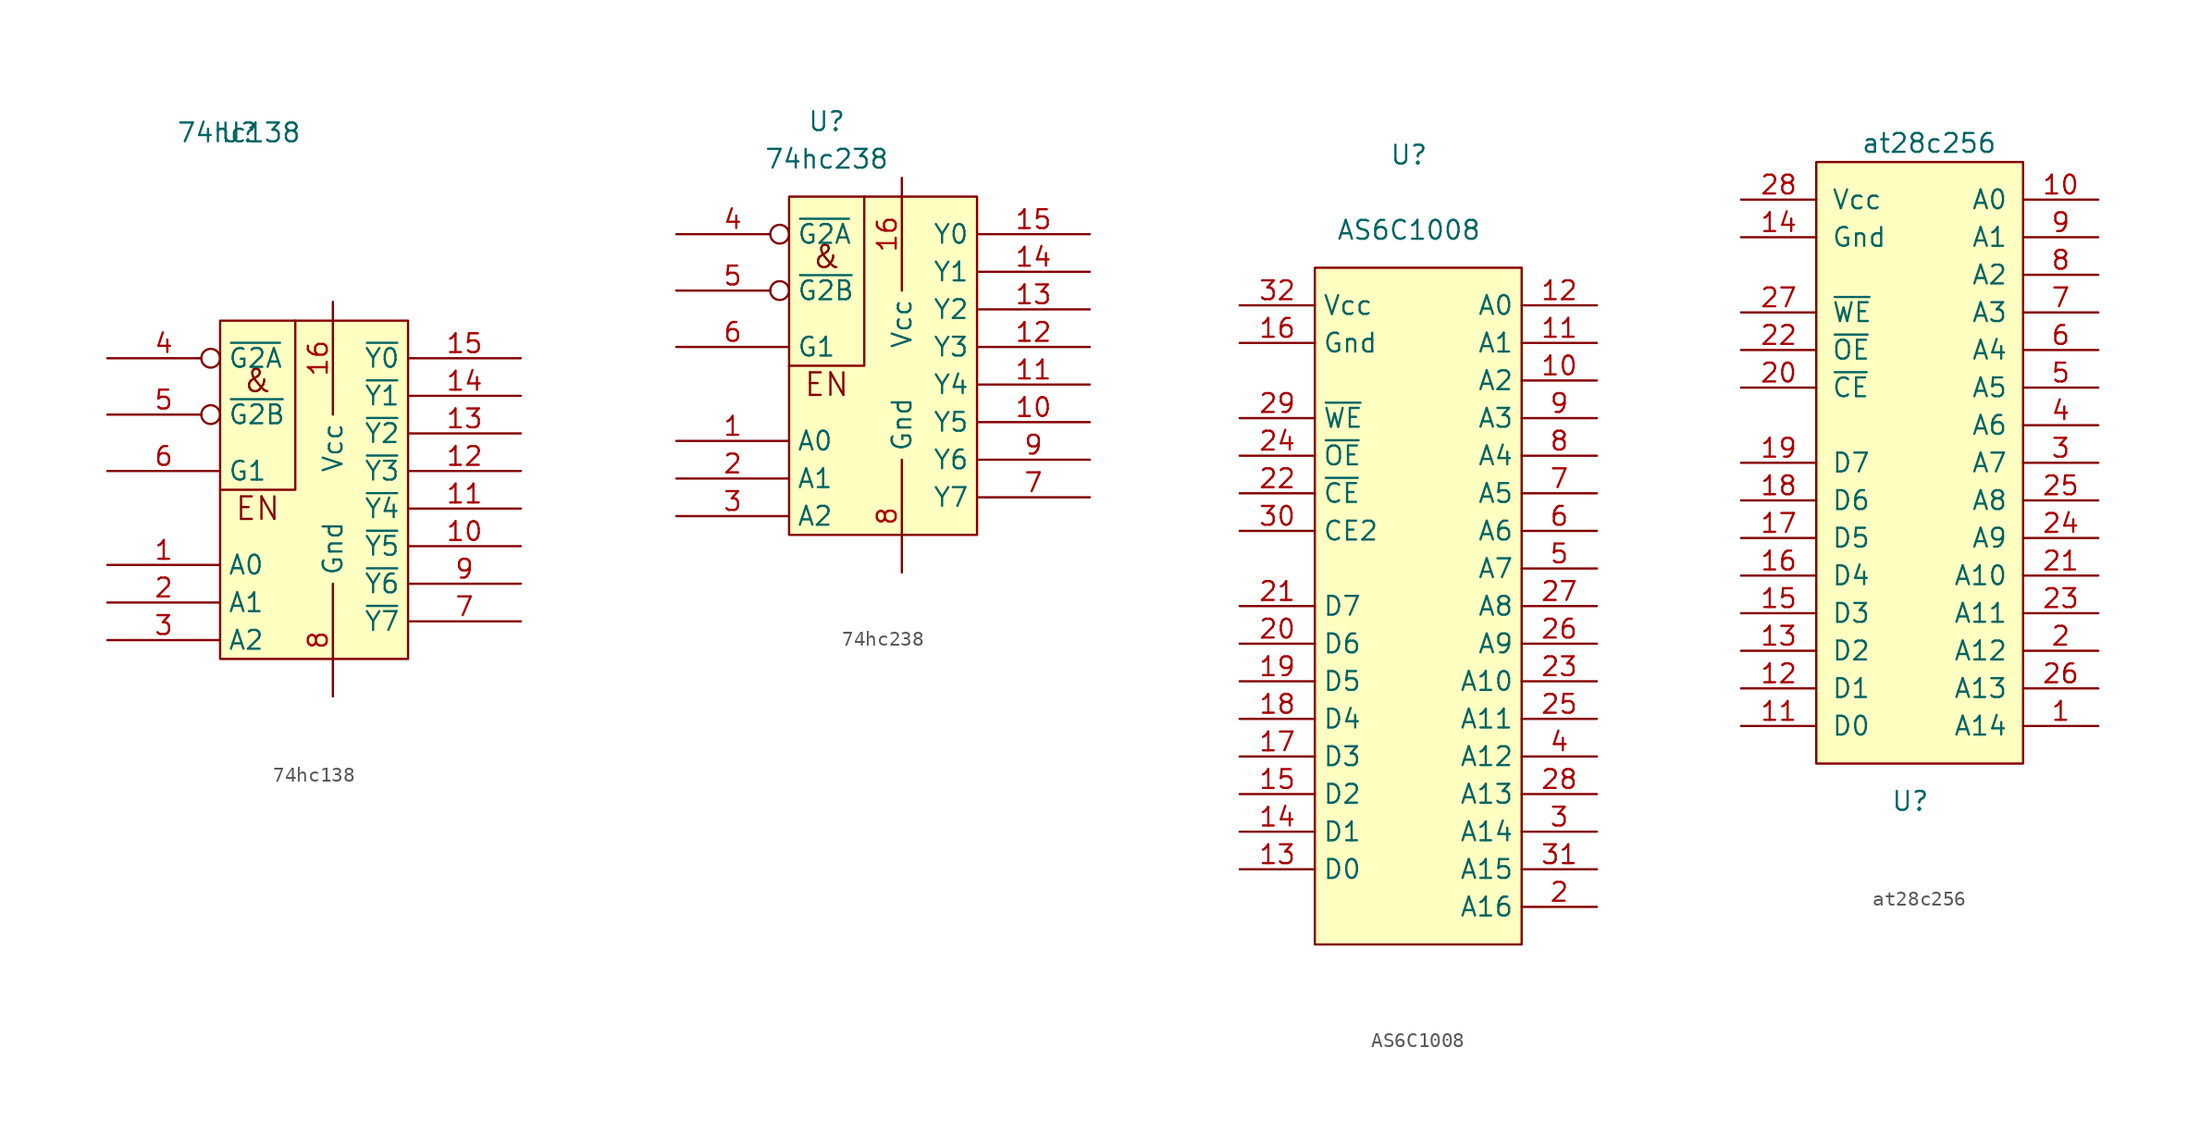
<source format=kicad_sym>
(kicad_symbol_lib
  (version 20211014)
  (generator kicad_symbol_editor)
  (symbol "74hc138"
    (property "Reference" "U"
      (at 0 0 0)
      (effects (font (size 1.27 1.27))))
    (property "Value" "74hc138"
      (at 0 0 0)
      (effects (font (size 1.27 1.27))))
    (symbol "74hc138_0_0"
      (text "&" (at 1.27 -16.764 0) (effects (font (size 1.524 1.524))))
      (text "EN" (at 1.27 -25.4 0) (effects (font (size 1.524 1.524)))))
    (symbol "74hc138_0_1"
      (rectangle (start -1.27 -12.7) (end 11.43 -35.56) (stroke (width 0) (type default) (color 0 0 0 0)) (fill (type background)))
      (polyline (pts (xy 3.81 -12.7) (xy 3.81 -24.13) (xy -1.27 -24.13) (xy -1.27 -24.13)) (stroke (width 0) (type default) (color 0 0 0 0)) (fill (type none))))
    (symbol "74hc138_1_1"
      (pin input line (at -8.89 -29.21 0) (length 7.62) (name "A0" (effects (font (size 1.27 1.27)))) (number "1" (effects (font (size 1.27 1.27)))))
      (pin output line (at 19.05 -27.94 180) (length 7.62) (name "~{Y5}" (effects (font (size 1.27 1.27)))) (number "10" (effects (font (size 1.27 1.27)))))
      (pin output line (at 19.05 -25.4 180) (length 7.62) (name "~{Y4}" (effects (font (size 1.27 1.27)))) (number "11" (effects (font (size 1.27 1.27)))))
      (pin output line (at 19.05 -22.86 180) (length 7.62) (name "~{Y3}" (effects (font (size 1.27 1.27)))) (number "12" (effects (font (size 1.27 1.27)))))
      (pin output line (at 19.05 -20.32 180) (length 7.62) (name "~{Y2}" (effects (font (size 1.27 1.27)))) (number "13" (effects (font (size 1.27 1.27)))))
      (pin output line (at 19.05 -17.78 180) (length 7.62) (name "~{Y1}" (effects (font (size 1.27 1.27)))) (number "14" (effects (font (size 1.27 1.27)))))
      (pin output line (at 19.05 -15.24 180) (length 7.62) (name "~{Y0}" (effects (font (size 1.27 1.27)))) (number "15" (effects (font (size 1.27 1.27)))))
      (pin power_in line (at 6.35 -11.43 270) (length 7.62) (name "Vcc" (effects (font (size 1.27 1.27)))) (number "16" (effects (font (size 1.27 1.27)))))
      (pin input line (at -8.89 -31.75 0) (length 7.62) (name "A1" (effects (font (size 1.27 1.27)))) (number "2" (effects (font (size 1.27 1.27)))))
      (pin input line (at -8.89 -34.29 0) (length 7.62) (name "A2" (effects (font (size 1.27 1.27)))) (number "3" (effects (font (size 1.27 1.27)))))
      (pin input inverted (at -8.89 -15.24 0) (length 7.62) (name "~{G2A}" (effects (font (size 1.27 1.27)))) (number "4" (effects (font (size 1.27 1.27)))))
      (pin input inverted (at -8.89 -19.05 0) (length 7.62) (name "~{G2B}" (effects (font (size 1.27 1.27)))) (number "5" (effects (font (size 1.27 1.27)))))
      (pin input line (at -8.89 -22.86 0) (length 7.62) (name "G1" (effects (font (size 1.27 1.27)))) (number "6" (effects (font (size 1.27 1.27)))))
      (pin output line (at 19.05 -33.02 180) (length 7.62) (name "~{Y7}" (effects (font (size 1.27 1.27)))) (number "7" (effects (font (size 1.27 1.27)))))
      (pin power_in line (at 6.35 -38.1 90) (length 7.62) (name "Gnd" (effects (font (size 1.27 1.27)))) (number "8" (effects (font (size 1.27 1.27)))))
      (pin output line (at 19.05 -30.48 180) (length 7.62) (name "~{Y6}" (effects (font (size 1.27 1.27)))) (number "9" (effects (font (size 1.27 1.27)))))))
  (symbol "74hc238"
    (property "Reference" "U"
      (at -2.54 -8.89 0)
      (effects (font (size 1.27 1.27))))
    (property "Value" "74hc238"
      (at -2.54 -11.43 0)
      (effects (font (size 1.27 1.27))))
    (symbol "74hc238_0_0"
      (text "&" (at -2.54 -18.034 0) (effects (font (size 1.524 1.524))))
      (text "EN" (at -2.54 -26.67 0) (effects (font (size 1.524 1.524)))))
    (symbol "74hc238_0_1"
      (rectangle (start -5.08 -13.97) (end 7.62 -36.83) (stroke (width 0) (type default) (color 0 0 0 0)) (fill (type background)))
      (polyline (pts (xy 0 -13.97) (xy 0 -25.4) (xy -5.08 -25.4) (xy -5.08 -25.4)) (stroke (width 0) (type default) (color 0 0 0 0)) (fill (type none))))
    (symbol "74hc238_1_1"
      (pin input line (at -12.7 -30.48 0) (length 7.62) (name "A0" (effects (font (size 1.27 1.27)))) (number "1" (effects (font (size 1.27 1.27)))))
      (pin output line (at 15.24 -29.21 180) (length 7.62) (name "Y5" (effects (font (size 1.27 1.27)))) (number "10" (effects (font (size 1.27 1.27)))))
      (pin output line (at 15.24 -26.67 180) (length 7.62) (name "Y4" (effects (font (size 1.27 1.27)))) (number "11" (effects (font (size 1.27 1.27)))))
      (pin output line (at 15.24 -24.13 180) (length 7.62) (name "Y3" (effects (font (size 1.27 1.27)))) (number "12" (effects (font (size 1.27 1.27)))))
      (pin output line (at 15.24 -21.59 180) (length 7.62) (name "Y2" (effects (font (size 1.27 1.27)))) (number "13" (effects (font (size 1.27 1.27)))))
      (pin output line (at 15.24 -19.05 180) (length 7.62) (name "Y1" (effects (font (size 1.27 1.27)))) (number "14" (effects (font (size 1.27 1.27)))))
      (pin output line (at 15.24 -16.51 180) (length 7.62) (name "Y0" (effects (font (size 1.27 1.27)))) (number "15" (effects (font (size 1.27 1.27)))))
      (pin power_in line (at 2.54 -12.7 270) (length 7.62) (name "Vcc" (effects (font (size 1.27 1.27)))) (number "16" (effects (font (size 1.27 1.27)))))
      (pin input line (at -12.7 -33.02 0) (length 7.62) (name "A1" (effects (font (size 1.27 1.27)))) (number "2" (effects (font (size 1.27 1.27)))))
      (pin input line (at -12.7 -35.56 0) (length 7.62) (name "A2" (effects (font (size 1.27 1.27)))) (number "3" (effects (font (size 1.27 1.27)))))
      (pin input inverted (at -12.7 -16.51 0) (length 7.62) (name "~{G2A}" (effects (font (size 1.27 1.27)))) (number "4" (effects (font (size 1.27 1.27)))))
      (pin input inverted (at -12.7 -20.32 0) (length 7.62) (name "~{G2B}" (effects (font (size 1.27 1.27)))) (number "5" (effects (font (size 1.27 1.27)))))
      (pin input line (at -12.7 -24.13 0) (length 7.62) (name "G1" (effects (font (size 1.27 1.27)))) (number "6" (effects (font (size 1.27 1.27)))))
      (pin output line (at 15.24 -34.29 180) (length 7.62) (name "Y7" (effects (font (size 1.27 1.27)))) (number "7" (effects (font (size 1.27 1.27)))))
      (pin power_in line (at 2.54 -39.37 90) (length 7.62) (name "Gnd" (effects (font (size 1.27 1.27)))) (number "8" (effects (font (size 1.27 1.27)))))
      (pin output line (at 15.24 -31.75 180) (length 7.62) (name "Y6" (effects (font (size 1.27 1.27)))) (number "9" (effects (font (size 1.27 1.27)))))))
  (symbol "AS6C1008"
    (property "Reference" "U"
      (at 0 7.62 0)
      (effects (font (size 1.27 1.27))))
    (property "Value" "AS6C1008"
      (at 0 2.54 0)
      (effects (font (size 1.27 1.27))))
    (symbol "AS6C1008_0_1"
      (rectangle (start -6.35 0) (end 7.62 -45.72) (stroke (width 0.152) (type default) (color 0 0 0 0)) (fill (type background))))
    (symbol "AS6C1008_1_1"
      (pin no_connect line (at -11.43 -44.45 0) (length 5.08) hide (name "NC" (effects (font (size 1.27 1.27)))) (number "1" (effects (font (size 1.27 1.27)))))
      (pin input line (at 12.7 -7.62 180) (length 5.08) (name "A2" (effects (font (size 1.27 1.27)))) (number "10" (effects (font (size 1.27 1.27)))))
      (pin input line (at 12.7 -5.08 180) (length 5.08) (name "A1" (effects (font (size 1.27 1.27)))) (number "11" (effects (font (size 1.27 1.27)))))
      (pin input line (at 12.7 -2.54 180) (length 5.08) (name "A0" (effects (font (size 1.27 1.27)))) (number "12" (effects (font (size 1.27 1.27)))))
      (pin bidirectional line (at -11.43 -40.64 0) (length 5.08) (name "D0" (effects (font (size 1.27 1.27)))) (number "13" (effects (font (size 1.27 1.27)))))
      (pin bidirectional line (at -11.43 -38.1 0) (length 5.08) (name "D1" (effects (font (size 1.27 1.27)))) (number "14" (effects (font (size 1.27 1.27)))))
      (pin bidirectional line (at -11.43 -35.56 0) (length 5.08) (name "D2" (effects (font (size 1.27 1.27)))) (number "15" (effects (font (size 1.27 1.27)))))
      (pin power_in line (at -11.43 -5.08 0) (length 5.08) (name "Gnd" (effects (font (size 1.27 1.27)))) (number "16" (effects (font (size 1.27 1.27)))))
      (pin bidirectional line (at -11.43 -33.02 0) (length 5.08) (name "D3" (effects (font (size 1.27 1.27)))) (number "17" (effects (font (size 1.27 1.27)))))
      (pin bidirectional line (at -11.43 -30.48 0) (length 5.08) (name "D4" (effects (font (size 1.27 1.27)))) (number "18" (effects (font (size 1.27 1.27)))))
      (pin bidirectional line (at -11.43 -27.94 0) (length 5.08) (name "D5" (effects (font (size 1.27 1.27)))) (number "19" (effects (font (size 1.27 1.27)))))
      (pin input line (at 12.7 -43.18 180) (length 5.08) (name "A16" (effects (font (size 1.27 1.27)))) (number "2" (effects (font (size 1.27 1.27)))))
      (pin bidirectional line (at -11.43 -25.4 0) (length 5.08) (name "D6" (effects (font (size 1.27 1.27)))) (number "20" (effects (font (size 1.27 1.27)))))
      (pin bidirectional line (at -11.43 -22.86 0) (length 5.08) (name "D7" (effects (font (size 1.27 1.27)))) (number "21" (effects (font (size 1.27 1.27)))))
      (pin input line (at -11.43 -15.24 0) (length 5.08) (name "~{CE}" (effects (font (size 1.27 1.27)))) (number "22" (effects (font (size 1.27 1.27)))))
      (pin input line (at 12.7 -27.94 180) (length 5.08) (name "A10" (effects (font (size 1.27 1.27)))) (number "23" (effects (font (size 1.27 1.27)))))
      (pin input line (at -11.43 -12.7 0) (length 5.08) (name "~{OE}" (effects (font (size 1.27 1.27)))) (number "24" (effects (font (size 1.27 1.27)))))
      (pin input line (at 12.7 -30.48 180) (length 5.08) (name "A11" (effects (font (size 1.27 1.27)))) (number "25" (effects (font (size 1.27 1.27)))))
      (pin input line (at 12.7 -25.4 180) (length 5.08) (name "A9" (effects (font (size 1.27 1.27)))) (number "26" (effects (font (size 1.27 1.27)))))
      (pin input line (at 12.7 -22.86 180) (length 5.08) (name "A8" (effects (font (size 1.27 1.27)))) (number "27" (effects (font (size 1.27 1.27)))))
      (pin input line (at 12.7 -35.56 180) (length 5.08) (name "A13" (effects (font (size 1.27 1.27)))) (number "28" (effects (font (size 1.27 1.27)))))
      (pin input line (at -11.43 -10.16 0) (length 5.08) (name "~{WE}" (effects (font (size 1.27 1.27)))) (number "29" (effects (font (size 1.27 1.27)))))
      (pin input line (at 12.7 -38.1 180) (length 5.08) (name "A14" (effects (font (size 1.27 1.27)))) (number "3" (effects (font (size 1.27 1.27)))))
      (pin input line (at -11.43 -17.78 0) (length 5.08) (name "CE2" (effects (font (size 1.27 1.27)))) (number "30" (effects (font (size 1.27 1.27)))))
      (pin input line (at 12.7 -40.64 180) (length 5.08) (name "A15" (effects (font (size 1.27 1.27)))) (number "31" (effects (font (size 1.27 1.27)))))
      (pin power_in line (at -11.43 -2.54 0) (length 5.08) (name "Vcc" (effects (font (size 1.27 1.27)))) (number "32" (effects (font (size 1.27 1.27)))))
      (pin input line (at 12.7 -33.02 180) (length 5.08) (name "A12" (effects (font (size 1.27 1.27)))) (number "4" (effects (font (size 1.27 1.27)))))
      (pin input line (at 12.7 -20.32 180) (length 5.08) (name "A7" (effects (font (size 1.27 1.27)))) (number "5" (effects (font (size 1.27 1.27)))))
      (pin input line (at 12.7 -17.78 180) (length 5.08) (name "A6" (effects (font (size 1.27 1.27)))) (number "6" (effects (font (size 1.27 1.27)))))
      (pin input line (at 12.7 -15.24 180) (length 5.08) (name "A5" (effects (font (size 1.27 1.27)))) (number "7" (effects (font (size 1.27 1.27)))))
      (pin input line (at 12.7 -12.7 180) (length 5.08) (name "A4" (effects (font (size 1.27 1.27)))) (number "8" (effects (font (size 1.27 1.27)))))
      (pin input line (at 12.7 -10.16 180) (length 5.08) (name "A3" (effects (font (size 1.27 1.27)))) (number "9" (effects (font (size 1.27 1.27)))))))
  (symbol "at28c256"
    (pin_names
      (offset 1.016))
    (property "Reference" "U"
      (at -1.27 -44.45 0)
      (effects (font (size 1.27 1.27))))
    (property "Value" "at28c256"
      (at 0 0 0)
      (effects (font (size 1.27 1.27))))
    (symbol "at28c256_0_1"
      (rectangle (start -7.62 -1.27) (end 6.35 -41.91) (stroke (width 0) (type default) (color 0 0 0 0)) (fill (type background))))
    (symbol "at28c256_1_1"
      (pin input line (at 11.43 -39.37 180) (length 5.08) (name "A14" (effects (font (size 1.27 1.27)))) (number "1" (effects (font (size 1.27 1.27)))))
      (pin input line (at 11.43 -3.81 180) (length 5.08) (name "A0" (effects (font (size 1.27 1.27)))) (number "10" (effects (font (size 1.27 1.27)))))
      (pin bidirectional line (at -12.7 -39.37 0) (length 5.08) (name "D0" (effects (font (size 1.27 1.27)))) (number "11" (effects (font (size 1.27 1.27)))))
      (pin bidirectional line (at -12.7 -36.83 0) (length 5.08) (name "D1" (effects (font (size 1.27 1.27)))) (number "12" (effects (font (size 1.27 1.27)))))
      (pin bidirectional line (at -12.7 -34.29 0) (length 5.08) (name "D2" (effects (font (size 1.27 1.27)))) (number "13" (effects (font (size 1.27 1.27)))))
      (pin power_in line (at -12.7 -6.35 0) (length 5.08) (name "Gnd" (effects (font (size 1.27 1.27)))) (number "14" (effects (font (size 1.27 1.27)))))
      (pin bidirectional line (at -12.7 -31.75 0) (length 5.08) (name "D3" (effects (font (size 1.27 1.27)))) (number "15" (effects (font (size 1.27 1.27)))))
      (pin bidirectional line (at -12.7 -29.21 0) (length 5.08) (name "D4" (effects (font (size 1.27 1.27)))) (number "16" (effects (font (size 1.27 1.27)))))
      (pin bidirectional line (at -12.7 -26.67 0) (length 5.08) (name "D5" (effects (font (size 1.27 1.27)))) (number "17" (effects (font (size 1.27 1.27)))))
      (pin bidirectional line (at -12.7 -24.13 0) (length 5.08) (name "D6" (effects (font (size 1.27 1.27)))) (number "18" (effects (font (size 1.27 1.27)))))
      (pin bidirectional line (at -12.7 -21.59 0) (length 5.08) (name "D7" (effects (font (size 1.27 1.27)))) (number "19" (effects (font (size 1.27 1.27)))))
      (pin input line (at 11.43 -34.29 180) (length 5.08) (name "A12" (effects (font (size 1.27 1.27)))) (number "2" (effects (font (size 1.27 1.27)))))
      (pin input line (at -12.7 -16.51 0) (length 5.08) (name "~{CE}" (effects (font (size 1.27 1.27)))) (number "20" (effects (font (size 1.27 1.27)))))
      (pin input line (at 11.43 -29.21 180) (length 5.08) (name "A10" (effects (font (size 1.27 1.27)))) (number "21" (effects (font (size 1.27 1.27)))))
      (pin input line (at -12.7 -13.97 0) (length 5.08) (name "~{OE}" (effects (font (size 1.27 1.27)))) (number "22" (effects (font (size 1.27 1.27)))))
      (pin input line (at 11.43 -31.75 180) (length 5.08) (name "A11" (effects (font (size 1.27 1.27)))) (number "23" (effects (font (size 1.27 1.27)))))
      (pin input line (at 11.43 -26.67 180) (length 5.08) (name "A9" (effects (font (size 1.27 1.27)))) (number "24" (effects (font (size 1.27 1.27)))))
      (pin input line (at 11.43 -24.13 180) (length 5.08) (name "A8" (effects (font (size 1.27 1.27)))) (number "25" (effects (font (size 1.27 1.27)))))
      (pin input line (at 11.43 -36.83 180) (length 5.08) (name "A13" (effects (font (size 1.27 1.27)))) (number "26" (effects (font (size 1.27 1.27)))))
      (pin input line (at -12.7 -11.43 0) (length 5.08) (name "~{WE}" (effects (font (size 1.27 1.27)))) (number "27" (effects (font (size 1.27 1.27)))))
      (pin power_in line (at -12.7 -3.81 0) (length 5.08) (name "Vcc" (effects (font (size 1.27 1.27)))) (number "28" (effects (font (size 1.27 1.27)))))
      (pin input line (at 11.43 -21.59 180) (length 5.08) (name "A7" (effects (font (size 1.27 1.27)))) (number "3" (effects (font (size 1.27 1.27)))))
      (pin input line (at 11.43 -19.05 180) (length 5.08) (name "A6" (effects (font (size 1.27 1.27)))) (number "4" (effects (font (size 1.27 1.27)))))
      (pin input line (at 11.43 -16.51 180) (length 5.08) (name "A5" (effects (font (size 1.27 1.27)))) (number "5" (effects (font (size 1.27 1.27)))))
      (pin input line (at 11.43 -13.97 180) (length 5.08) (name "A4" (effects (font (size 1.27 1.27)))) (number "6" (effects (font (size 1.27 1.27)))))
      (pin input line (at 11.43 -11.43 180) (length 5.08) (name "A3" (effects (font (size 1.27 1.27)))) (number "7" (effects (font (size 1.27 1.27)))))
      (pin input line (at 11.43 -8.89 180) (length 5.08) (name "A2" (effects (font (size 1.27 1.27)))) (number "8" (effects (font (size 1.27 1.27)))))
      (pin input line (at 11.43 -6.35 180) (length 5.08) (name "A1" (effects (font (size 1.27 1.27)))) (number "9" (effects (font (size 1.27 1.27))))))))
</source>
